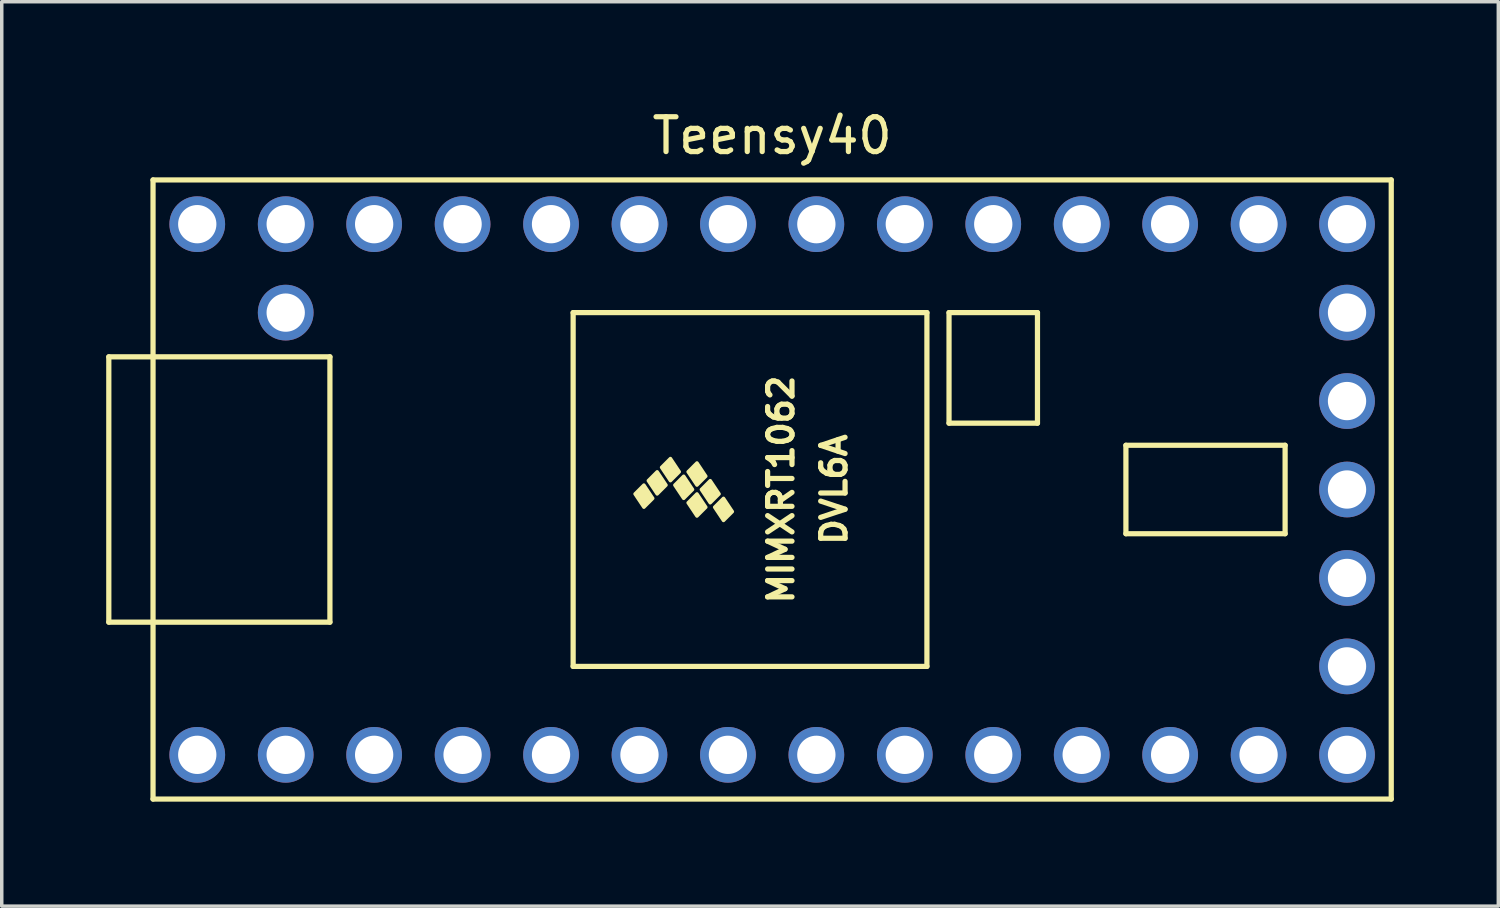
<source format=kicad_pcb>
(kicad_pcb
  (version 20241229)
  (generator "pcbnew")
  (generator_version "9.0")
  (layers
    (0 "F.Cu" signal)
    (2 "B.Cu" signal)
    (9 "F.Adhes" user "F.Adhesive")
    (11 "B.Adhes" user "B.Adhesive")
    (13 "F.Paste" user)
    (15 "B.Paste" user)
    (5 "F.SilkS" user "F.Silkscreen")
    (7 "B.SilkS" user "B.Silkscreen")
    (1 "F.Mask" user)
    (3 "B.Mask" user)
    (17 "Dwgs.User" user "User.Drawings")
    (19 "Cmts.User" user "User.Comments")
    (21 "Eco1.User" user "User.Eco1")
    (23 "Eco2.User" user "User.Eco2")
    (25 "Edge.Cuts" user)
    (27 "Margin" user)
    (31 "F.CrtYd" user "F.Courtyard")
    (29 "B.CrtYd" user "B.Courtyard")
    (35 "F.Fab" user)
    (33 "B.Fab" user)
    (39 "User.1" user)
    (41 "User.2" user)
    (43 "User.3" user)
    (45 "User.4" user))
  (footprint "Teensy40"
    (layer "F.Cu")
    (at 19.125 11.008)
    (property "Reference" "Teensy40" (at 0 -10.16 0) (layer "F.SilkS") (effects (font (size 1 1) (thickness 0.15))))
    (attr through_hole)
    (fp_line (start -19.05 -3.81) (end -17.78 -3.81) (stroke (width 0.15) (type solid)) (layer "F.SilkS"))
    (fp_line (start -19.05 3.81) (end -19.05 -3.81) (stroke (width 0.15) (type solid)) (layer "F.SilkS"))
    (fp_line (start -17.78 -8.89) (end 17.78 -8.89) (stroke (width 0.15) (type solid)) (layer "F.SilkS"))
    (fp_line (start -17.78 3.81) (end -19.05 3.81) (stroke (width 0.15) (type solid)) (layer "F.SilkS"))
    (fp_line (start -17.78 8.89) (end -17.78 -8.89) (stroke (width 0.15) (type solid)) (layer "F.SilkS"))
    (fp_line (start -12.7 -3.81) (end -17.78 -3.81) (stroke (width 0.15) (type solid)) (layer "F.SilkS"))
    (fp_line (start -12.7 3.81) (end -17.78 3.81) (stroke (width 0.15) (type solid)) (layer "F.SilkS"))
    (fp_line (start -12.7 3.81) (end -12.7 -3.81) (stroke (width 0.15) (type solid)) (layer "F.SilkS"))
    (fp_line (start -5.715 -5.08) (end -5.715 5.08) (stroke (width 0.15) (type solid)) (layer "F.SilkS"))
    (fp_line (start 4.445 -5.08) (end -5.715 -5.08) (stroke (width 0.15) (type solid)) (layer "F.SilkS"))
    (fp_line (start 4.445 5.08) (end -5.715 5.08) (stroke (width 0.15) (type solid)) (layer "F.SilkS"))
    (fp_line (start 4.445 5.08) (end 4.445 -5.08) (stroke (width 0.15) (type solid)) (layer "F.SilkS"))
    (fp_line (start 5.08 -5.08) (end 7.62 -5.08) (stroke (width 0.15) (type solid)) (layer "F.SilkS"))
    (fp_line (start 5.08 -1.905) (end 5.08 -5.08) (stroke (width 0.15) (type solid)) (layer "F.SilkS"))
    (fp_line (start 7.62 -5.08) (end 7.62 -1.905) (stroke (width 0.15) (type solid)) (layer "F.SilkS"))
    (fp_line (start 7.62 -1.905) (end 5.08 -1.905) (stroke (width 0.15) (type solid)) (layer "F.SilkS"))
    (fp_line (start 10.16 -1.27) (end 14.732 -1.27) (stroke (width 0.15) (type solid)) (layer "F.SilkS"))
    (fp_line (start 10.16 1.27) (end 10.16 -1.27) (stroke (width 0.15) (type solid)) (layer "F.SilkS"))
    (fp_line (start 14.732 -1.27) (end 14.732 1.27) (stroke (width 0.15) (type solid)) (layer "F.SilkS"))
    (fp_line (start 14.732 1.27) (end 10.16 1.27) (stroke (width 0.15) (type solid)) (layer "F.SilkS"))
    (fp_line (start 17.78 -8.89) (end 17.78 8.89) (stroke (width 0.15) (type solid)) (layer "F.SilkS"))
    (fp_line (start 17.78 8.89) (end -17.78 8.89) (stroke (width 0.15) (type solid)) (layer "F.SilkS"))
    (fp_poly (pts (xy -3.937 0.127) (xy -3.683 -0.127) (xy -3.429 0.254) (xy -3.683 0.508)) (stroke (width 0.1) (type solid)) (fill yes) (layer "F.SilkS"))
    (fp_poly (pts (xy -3.556 -0.254) (xy -3.302 -0.508) (xy -3.048 -0.127) (xy -3.302 0.127)) (stroke (width 0.1) (type solid)) (fill yes) (layer "F.SilkS"))
    (fp_poly (pts (xy -3.175 -0.635) (xy -2.921 -0.889) (xy -2.667 -0.508) (xy -2.921 -0.254)) (stroke (width 0.1) (type solid)) (fill yes) (layer "F.SilkS"))
    (fp_poly (pts (xy -2.794 -0.127) (xy -2.54 -0.381) (xy -2.286 0) (xy -2.54 0.254)) (stroke (width 0.1) (type solid)) (fill yes) (layer "F.SilkS"))
    (fp_poly (pts (xy -2.413 -0.508) (xy -2.159 -0.762) (xy -1.905 -0.381) (xy -2.159 -0.127)) (stroke (width 0.1) (type solid)) (fill yes) (layer "F.SilkS"))
    (fp_poly (pts (xy -2.413 0.381) (xy -2.159 0.127) (xy -1.905 0.508) (xy -2.159 0.762)) (stroke (width 0.1) (type solid)) (fill yes) (layer "F.SilkS"))
    (fp_poly (pts (xy -2.032 0) (xy -1.778 -0.254) (xy -1.524 0.127) (xy -1.778 0.381)) (stroke (width 0.1) (type solid)) (fill yes) (layer "F.SilkS"))
    (fp_poly (pts (xy -1.651 0.508) (xy -1.397 0.254) (xy -1.143 0.635) (xy -1.397 0.889)) (stroke (width 0.1) (type solid)) (fill yes) (layer "F.SilkS"))
    (fp_text user "DVL6A" (at 1.778 0 90) (layer "F.SilkS") (effects (font (size 0.7 0.7) (thickness 0.15))))
    (fp_text user "MIMXRT1062" (at 0.254 0 90) (layer "F.SilkS") (effects (font (size 0.7 0.7) (thickness 0.15))))
    (pad "1" thru_hole circle (at -16.51 7.62) (size 1.6 1.6) (drill 1.1) (layers "*.Cu" "*.Mask"))
    (pad "2" thru_hole circle (at -13.97 7.62) (size 1.6 1.6) (drill 1.1) (layers "*.Cu" "*.Mask"))
    (pad "3" thru_hole circle (at -11.43 7.62) (size 1.6 1.6) (drill 1.1) (layers "*.Cu" "*.Mask"))
    (pad "4" thru_hole circle (at -8.89 7.62) (size 1.6 1.6) (drill 1.1) (layers "*.Cu" "*.Mask"))
    (pad "5" thru_hole circle (at -6.35 7.62) (size 1.6 1.6) (drill 1.1) (layers "*.Cu" "*.Mask"))
    (pad "6" thru_hole circle (at -3.81 7.62) (size 1.6 1.6) (drill 1.1) (layers "*.Cu" "*.Mask"))
    (pad "7" thru_hole circle (at -1.27 7.62) (size 1.6 1.6) (drill 1.1) (layers "*.Cu" "*.Mask"))
    (pad "8" thru_hole circle (at 1.27 7.62) (size 1.6 1.6) (drill 1.1) (layers "*.Cu" "*.Mask"))
    (pad "9" thru_hole circle (at 3.81 7.62) (size 1.6 1.6) (drill 1.1) (layers "*.Cu" "*.Mask"))
    (pad "10" thru_hole circle (at 6.35 7.62) (size 1.6 1.6) (drill 1.1) (layers "*.Cu" "*.Mask"))
    (pad "11" thru_hole circle (at 8.89 7.62) (size 1.6 1.6) (drill 1.1) (layers "*.Cu" "*.Mask"))
    (pad "12" thru_hole circle (at 11.43 7.62) (size 1.6 1.6) (drill 1.1) (layers "*.Cu" "*.Mask"))
    (pad "13" thru_hole circle (at 13.97 7.62) (size 1.6 1.6) (drill 1.1) (layers "*.Cu" "*.Mask"))
    (pad "14" thru_hole circle (at 16.51 7.62) (size 1.6 1.6) (drill 1.1) (layers "*.Cu" "*.Mask"))
    (pad "15" thru_hole circle (at 16.51 5.08) (size 1.6 1.6) (drill 1.1) (layers "*.Cu" "*.Mask"))
    (pad "16" thru_hole circle (at 16.51 2.54) (size 1.6 1.6) (drill 1.1) (layers "*.Cu" "*.Mask"))
    (pad "17" thru_hole circle (at 16.51 0) (size 1.6 1.6) (drill 1.1) (layers "*.Cu" "*.Mask"))
    (pad "18" thru_hole circle (at 16.51 -2.54) (size 1.6 1.6) (drill 1.1) (layers "*.Cu" "*.Mask"))
    (pad "19" thru_hole circle (at 16.51 -5.08) (size 1.6 1.6) (drill 1.1) (layers "*.Cu" "*.Mask"))
    (pad "20" thru_hole circle (at 16.51 -7.62) (size 1.6 1.6) (drill 1.1) (layers "*.Cu" "*.Mask"))
    (pad "21" thru_hole circle (at 13.97 -7.62) (size 1.6 1.6) (drill 1.1) (layers "*.Cu" "*.Mask"))
    (pad "22" thru_hole circle (at 11.43 -7.62) (size 1.6 1.6) (drill 1.1) (layers "*.Cu" "*.Mask"))
    (pad "23" thru_hole circle (at 8.89 -7.62) (size 1.6 1.6) (drill 1.1) (layers "*.Cu" "*.Mask"))
    (pad "24" thru_hole circle (at 6.35 -7.62) (size 1.6 1.6) (drill 1.1) (layers "*.Cu" "*.Mask"))
    (pad "25" thru_hole circle (at 3.81 -7.62) (size 1.6 1.6) (drill 1.1) (layers "*.Cu" "*.Mask"))
    (pad "26" thru_hole circle (at 1.27 -7.62) (size 1.6 1.6) (drill 1.1) (layers "*.Cu" "*.Mask"))
    (pad "27" thru_hole circle (at -1.27 -7.62) (size 1.6 1.6) (drill 1.1) (layers "*.Cu" "*.Mask"))
    (pad "28" thru_hole circle (at -3.81 -7.62) (size 1.6 1.6) (drill 1.1) (layers "*.Cu" "*.Mask"))
    (pad "29" thru_hole circle (at -6.35 -7.62) (size 1.6 1.6) (drill 1.1) (layers "*.Cu" "*.Mask"))
    (pad "30" thru_hole circle (at -8.89 -7.62) (size 1.6 1.6) (drill 1.1) (layers "*.Cu" "*.Mask"))
    (pad "31" thru_hole circle (at -11.43 -7.62) (size 1.6 1.6) (drill 1.1) (layers "*.Cu" "*.Mask"))
    (pad "32" thru_hole circle (at -13.97 -7.62) (size 1.6 1.6) (drill 1.1) (layers "*.Cu" "*.Mask"))
    (pad "33" thru_hole circle (at -16.51 -7.62) (size 1.6 1.6) (drill 1.1) (layers "*.Cu" "*.Mask"))
    (pad "34" thru_hole circle (at -13.97 -5.08) (size 1.6 1.6) (drill 1.1) (layers "*.Cu" "*.Mask")))
  (gr_rect
    (start -3 -3)
    (end 39.98 22.973)
    (stroke (width 0.1) (type default))
    (fill no)
    (layer "Edge.Cuts")))
</source>
